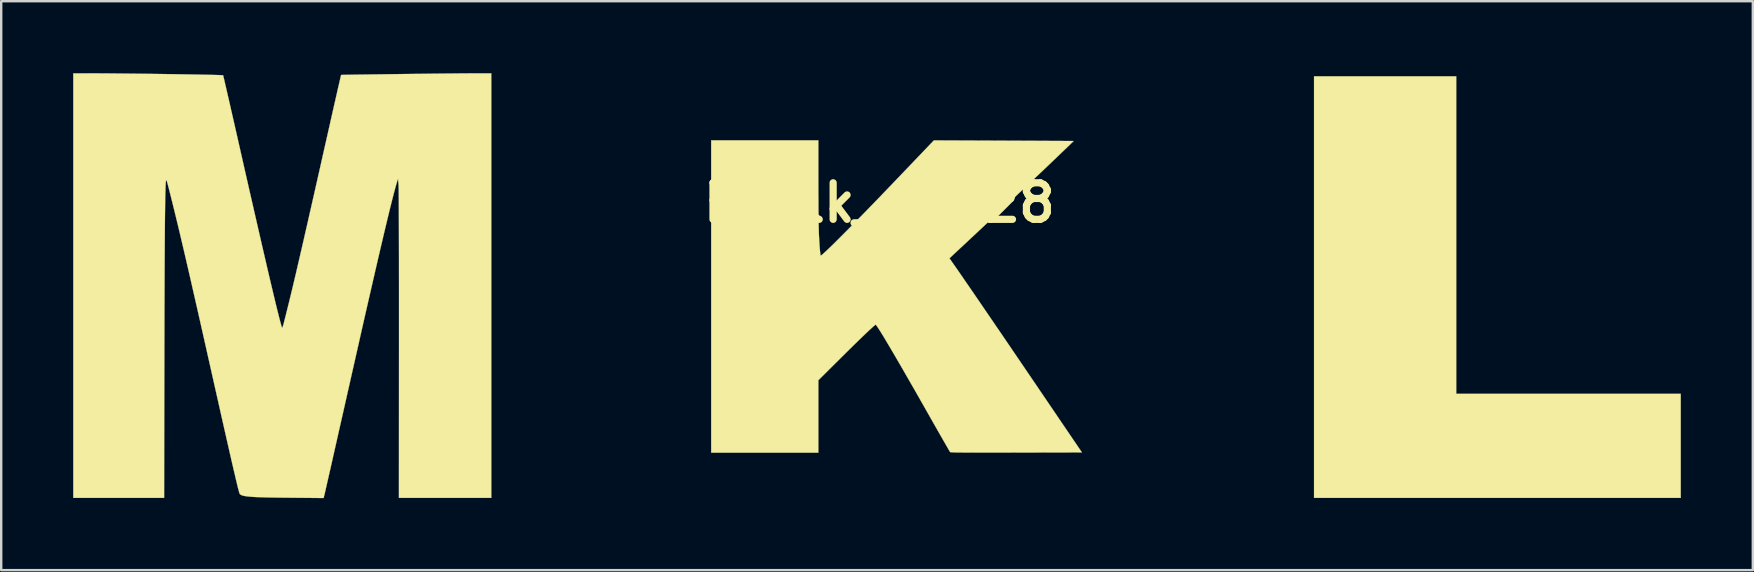
<source format=kicad_pcb>
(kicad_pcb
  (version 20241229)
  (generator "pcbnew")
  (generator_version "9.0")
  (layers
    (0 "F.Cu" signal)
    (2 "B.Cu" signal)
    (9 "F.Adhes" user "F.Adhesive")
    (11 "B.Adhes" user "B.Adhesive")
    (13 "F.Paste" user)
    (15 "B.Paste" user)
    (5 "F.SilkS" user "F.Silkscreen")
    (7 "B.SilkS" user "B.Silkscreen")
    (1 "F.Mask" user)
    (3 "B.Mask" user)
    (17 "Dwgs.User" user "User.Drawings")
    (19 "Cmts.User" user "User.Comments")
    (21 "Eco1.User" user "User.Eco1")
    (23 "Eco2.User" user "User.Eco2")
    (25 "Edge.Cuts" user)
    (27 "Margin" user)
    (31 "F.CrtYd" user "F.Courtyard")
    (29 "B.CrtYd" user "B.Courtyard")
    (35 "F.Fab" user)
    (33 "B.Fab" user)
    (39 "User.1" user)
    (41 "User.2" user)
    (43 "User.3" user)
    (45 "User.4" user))
  (footprint "F.Silk_g1428"
    (layer "F.Cu")
    (at 33.596 5.402)
    (property "Reference" "F.Silk_g1428" (at 0 0 0) (layer "F.SilkS") (effects (font (size 1.524 1.524) (thickness 0.3))))
    (attr through_hole)
    (fp_poly (pts (xy 24.045 7.959) (xy 33.401 7.959) (xy 33.401 12.298) (xy 18.119 12.298) (xy 18.119 -5.271) (xy 24.045 -5.271) (xy 24.045 7.959)) (stroke (width 0.01) (type solid)) (fill yes) (layer "F.SilkS"))
    (fp_poly (pts (xy -2.54 -0.926) (xy -2.54 -0.648) (xy -2.539 -0.371) (xy -2.537 -0.099) (xy -2.536 0.162) (xy -2.534 0.409) (xy -2.531 0.637) (xy -2.528 0.84) (xy -2.525 1.015) (xy -2.522 1.156) (xy -2.519 1.259) (xy -2.51 1.439) (xy -2.501 1.611) (xy -2.491 1.771) (xy -2.48 1.913) (xy -2.469 2.032) (xy -2.459 2.122) (xy -2.45 2.18) (xy -2.444 2.199) (xy -2.422 2.191) (xy -2.373 2.153) (xy -2.297 2.086) (xy -2.195 1.992) (xy -2.069 1.872) (xy -1.919 1.726) (xy -1.747 1.556) (xy -1.554 1.363) (xy -1.34 1.148) (xy -1.107 0.912) (xy -0.857 0.657) (xy -0.589 0.383) (xy -0.306 0.091) (xy -0.008 -0.216) (xy 0.303 -0.54) (xy 0.627 -0.877) (xy 0.857 -1.118) (xy 2.275 -2.601) (xy 5.186 -2.589) (xy 5.533 -2.587) (xy 5.869 -2.586) (xy 6.19 -2.584) (xy 6.495 -2.583) (xy 6.781 -2.582) (xy 7.045 -2.58) (xy 7.285 -2.579) (xy 7.5 -2.578) (xy 7.685 -2.577) (xy 7.839 -2.576) (xy 7.96 -2.575) (xy 8.044 -2.575) (xy 8.091 -2.574) (xy 8.099 -2.574) (xy 8.09 -2.565) (xy 8.063 -2.537) (xy 8.014 -2.49) (xy 7.944 -2.422) (xy 7.851 -2.332) (xy 7.733 -2.219) (xy 7.589 -2.081) (xy 7.419 -1.918) (xy 7.221 -1.729) (xy 6.993 -1.511) (xy 6.984 -1.503) (xy 6.84 -1.365) (xy 6.668 -1.202) (xy 6.47 -1.015) (xy 6.251 -0.808) (xy 6.013 -0.583) (xy 5.759 -0.344) (xy 5.492 -0.092) (xy 5.215 0.168) (xy 4.932 0.434) (xy 4.644 0.704) (xy 4.355 0.975) (xy 4.069 1.243) (xy 3.816 1.48) (xy 2.923 2.314) (xy 3.015 2.443) (xy 3.111 2.58) (xy 3.231 2.752) (xy 3.373 2.957) (xy 3.538 3.197) (xy 3.725 3.469) (xy 3.934 3.773) (xy 4.164 4.109) (xy 4.415 4.477) (xy 4.687 4.875) (xy 4.979 5.303) (xy 5.291 5.76) (xy 5.622 6.247) (xy 5.972 6.762) (xy 6.341 7.305) (xy 6.728 7.875) (xy 6.95 8.202) (xy 8.444 10.403) (xy 5.71 10.409) (xy 5.298 10.41) (xy 4.928 10.41) (xy 4.595 10.41) (xy 4.3 10.41) (xy 4.04 10.41) (xy 3.812 10.409) (xy 3.616 10.408) (xy 3.45 10.407) (xy 3.311 10.405) (xy 3.197 10.404) (xy 3.108 10.401) (xy 3.04 10.398) (xy 2.993 10.395) (xy 2.964 10.392) (xy 2.952 10.388) (xy 2.952 10.388) (xy 2.938 10.365) (xy 2.904 10.309) (xy 2.854 10.222) (xy 2.787 10.106) (xy 2.706 9.965) (xy 2.612 9.801) (xy 2.507 9.618) (xy 2.393 9.418) (xy 2.271 9.203) (xy 2.143 8.977) (xy 2.105 8.911) (xy 1.843 8.449) (xy 1.595 8.013) (xy 1.361 7.605) (xy 1.142 7.224) (xy 0.939 6.871) (xy 0.751 6.548) (xy 0.58 6.254) (xy 0.425 5.992) (xy 0.288 5.761) (xy 0.169 5.562) (xy 0.067 5.397) (xy -0.016 5.265) (xy -0.08 5.168) (xy -0.124 5.107) (xy -0.148 5.081) (xy -0.151 5.08) (xy -0.175 5.095) (xy -0.228 5.138) (xy -0.307 5.208) (xy -0.411 5.304) (xy -0.539 5.424) (xy -0.688 5.567) (xy -0.858 5.731) (xy -1.046 5.914) (xy -1.252 6.116) (xy -1.472 6.334) (xy -1.614 6.475) (xy -2.54 7.395) (xy -2.54 10.414) (xy -7.006 10.414) (xy -7.006 -2.603) (xy -2.54 -2.603) (xy -2.54 -0.926)) (stroke (width 0.01) (type solid)) (fill yes) (layer "F.SilkS"))
    (fp_poly (pts (xy -16.171 12.298) (xy -20.02 12.298) (xy -20.017 5.9) (xy -20.017 5.205) (xy -20.017 4.547) (xy -20.017 3.925) (xy -20.017 3.34) (xy -20.018 2.792) (xy -20.018 2.282) (xy -20.019 1.81) (xy -20.02 1.377) (xy -20.021 0.982) (xy -20.022 0.627) (xy -20.023 0.311) (xy -20.025 0.035) (xy -20.026 -0.2) (xy -20.028 -0.395) (xy -20.03 -0.549) (xy -20.032 -0.661) (xy -20.034 -0.732) (xy -20.036 -0.751) (xy -20.057 -1.005) (xy -20.104 -0.856) (xy -20.138 -0.741) (xy -20.178 -0.597) (xy -20.225 -0.424) (xy -20.277 -0.222) (xy -20.336 0.011) (xy -20.402 0.276) (xy -20.474 0.572) (xy -20.553 0.901) (xy -20.64 1.264) (xy -20.733 1.661) (xy -20.834 2.093) (xy -20.943 2.56) (xy -21.059 3.064) (xy -21.183 3.605) (xy -21.316 4.183) (xy -21.457 4.8) (xy -21.606 5.457) (xy -21.763 6.153) (xy -21.92 6.847) (xy -22.048 7.414) (xy -22.167 7.94) (xy -22.277 8.428) (xy -22.379 8.879) (xy -22.473 9.294) (xy -22.559 9.674) (xy -22.637 10.022) (xy -22.709 10.338) (xy -22.773 10.624) (xy -22.831 10.881) (xy -22.883 11.11) (xy -22.93 11.314) (xy -22.97 11.492) (xy -23.006 11.648) (xy -23.036 11.782) (xy -23.062 11.895) (xy -23.083 11.989) (xy -23.101 12.065) (xy -23.115 12.125) (xy -23.125 12.17) (xy -23.133 12.201) (xy -23.138 12.22) (xy -23.138 12.221) (xy -23.16 12.304) (xy -24.56 12.291) (xy -24.903 12.288) (xy -25.205 12.284) (xy -25.471 12.279) (xy -25.701 12.273) (xy -25.9 12.267) (xy -26.069 12.259) (xy -26.21 12.249) (xy -26.328 12.238) (xy -26.423 12.225) (xy -26.499 12.21) (xy -26.558 12.193) (xy -26.603 12.173) (xy -26.636 12.151) (xy -26.653 12.134) (xy -26.66 12.121) (xy -26.67 12.091) (xy -26.684 12.044) (xy -26.702 11.979) (xy -26.724 11.895) (xy -26.75 11.789) (xy -26.781 11.662) (xy -26.817 11.511) (xy -26.858 11.336) (xy -26.905 11.135) (xy -26.958 10.908) (xy -27.017 10.652) (xy -27.082 10.367) (xy -27.154 10.051) (xy -27.233 9.703) (xy -27.319 9.323) (xy -27.413 8.908) (xy -27.514 8.458) (xy -27.624 7.97) (xy -27.742 7.445) (xy -27.869 6.881) (xy -27.972 6.424) (xy -28.117 5.778) (xy -28.254 5.171) (xy -28.382 4.602) (xy -28.504 4.068) (xy -28.618 3.567) (xy -28.725 3.097) (xy -28.827 2.657) (xy -28.922 2.244) (xy -29.013 1.856) (xy -29.099 1.491) (xy -29.18 1.147) (xy -29.258 0.823) (xy -29.333 0.515) (xy -29.404 0.223) (xy -29.465 -0.022) (xy -29.521 -0.246) (xy -29.568 -0.432) (xy -29.606 -0.583) (xy -29.637 -0.703) (xy -29.662 -0.794) (xy -29.681 -0.861) (xy -29.695 -0.906) (xy -29.706 -0.932) (xy -29.714 -0.943) (xy -29.72 -0.942) (xy -29.726 -0.932) (xy -29.726 -0.931) (xy -29.732 -0.903) (xy -29.737 -0.85) (xy -29.742 -0.77) (xy -29.747 -0.664) (xy -29.751 -0.529) (xy -29.756 -0.365) (xy -29.76 -0.172) (xy -29.764 0.051) (xy -29.767 0.306) (xy -29.771 0.593) (xy -29.774 0.913) (xy -29.777 1.266) (xy -29.78 1.654) (xy -29.782 2.077) (xy -29.785 2.536) (xy -29.787 3.033) (xy -29.789 3.567) (xy -29.791 4.14) (xy -29.793 4.752) (xy -29.794 5.404) (xy -29.796 6.098) (xy -29.796 6.493) (xy -29.807 12.298) (xy -33.592 12.298) (xy -33.592 -5.397) (xy -33.036 -5.397) (xy -32.831 -5.396) (xy -32.603 -5.395) (xy -32.354 -5.394) (xy -32.087 -5.392) (xy -31.805 -5.389) (xy -31.51 -5.386) (xy -31.206 -5.383) (xy -30.895 -5.38) (xy -30.581 -5.376) (xy -30.265 -5.372) (xy -29.952 -5.368) (xy -29.643 -5.363) (xy -29.342 -5.359) (xy -29.051 -5.354) (xy -28.774 -5.35) (xy -28.513 -5.345) (xy -28.271 -5.341) (xy -28.05 -5.336) (xy -27.855 -5.332) (xy -27.687 -5.328) (xy -27.55 -5.324) (xy -27.446 -5.321) (xy -27.378 -5.317) (xy -27.349 -5.315) (xy -27.348 -5.314) (xy -27.342 -5.291) (xy -27.327 -5.229) (xy -27.303 -5.131) (xy -27.273 -4.999) (xy -27.235 -4.836) (xy -27.191 -4.645) (xy -27.141 -4.427) (xy -27.085 -4.186) (xy -27.026 -3.924) (xy -26.962 -3.644) (xy -26.894 -3.348) (xy -26.824 -3.038) (xy -26.767 -2.789) (xy -26.598 -2.042) (xy -26.438 -1.335) (xy -26.286 -0.669) (xy -26.143 -0.042) (xy -26.008 0.547) (xy -25.882 1.097) (xy -25.764 1.61) (xy -25.654 2.086) (xy -25.552 2.526) (xy -25.458 2.931) (xy -25.371 3.301) (xy -25.291 3.637) (xy -25.219 3.94) (xy -25.154 4.209) (xy -25.096 4.447) (xy -25.044 4.653) (xy -25 4.828) (xy -24.961 4.973) (xy -24.929 5.089) (xy -24.922 5.114) (xy -24.912 5.152) (xy -24.902 5.181) (xy -24.894 5.199) (xy -24.884 5.202) (xy -24.873 5.188) (xy -24.859 5.152) (xy -24.84 5.092) (xy -24.816 5.005) (xy -24.786 4.887) (xy -24.748 4.736) (xy -24.701 4.548) (xy -24.681 4.467) (xy -24.64 4.302) (xy -24.598 4.134) (xy -24.556 3.961) (xy -24.512 3.78) (xy -24.466 3.59) (xy -24.418 3.389) (xy -24.368 3.176) (xy -24.314 2.949) (xy -24.258 2.707) (xy -24.197 2.446) (xy -24.133 2.166) (xy -24.063 1.866) (xy -23.989 1.543) (xy -23.91 1.195) (xy -23.824 0.821) (xy -23.733 0.419) (xy -23.635 -0.012) (xy -23.53 -0.475) (xy -23.418 -0.97) (xy -23.298 -1.501) (xy -23.171 -2.068) (xy -23.034 -2.673) (xy -22.914 -3.204) (xy -22.848 -3.496) (xy -22.785 -3.777) (xy -22.725 -4.042) (xy -22.668 -4.291) (xy -22.616 -4.519) (xy -22.57 -4.725) (xy -22.528 -4.905) (xy -22.493 -5.057) (xy -22.465 -5.177) (xy -22.445 -5.265) (xy -22.432 -5.315) (xy -22.429 -5.328) (xy -22.407 -5.329) (xy -22.346 -5.331) (xy -22.248 -5.333) (xy -22.117 -5.335) (xy -21.956 -5.338) (xy -21.766 -5.341) (xy -21.553 -5.344) (xy -21.317 -5.347) (xy -21.063 -5.351) (xy -20.793 -5.354) (xy -20.511 -5.358) (xy -20.218 -5.362) (xy -19.919 -5.366) (xy -19.616 -5.369) (xy -19.311 -5.373) (xy -19.009 -5.376) (xy -18.712 -5.38) (xy -18.422 -5.383) (xy -18.144 -5.386) (xy -17.879 -5.388) (xy -17.631 -5.391) (xy -17.402 -5.393) (xy -17.197 -5.394) (xy -17.017 -5.396) (xy -16.865 -5.397) (xy -16.745 -5.397) (xy -16.738 -5.397) (xy -16.171 -5.397) (xy -16.171 12.298)) (stroke (width 0.01) (type solid)) (fill yes) (layer "F.SilkS")))
  (gr_rect
    (start -3 -3)
    (end 70.002 20.711)
    (stroke (width 0.1) (type default))
    (fill no)
    (layer "Edge.Cuts")))
</source>
